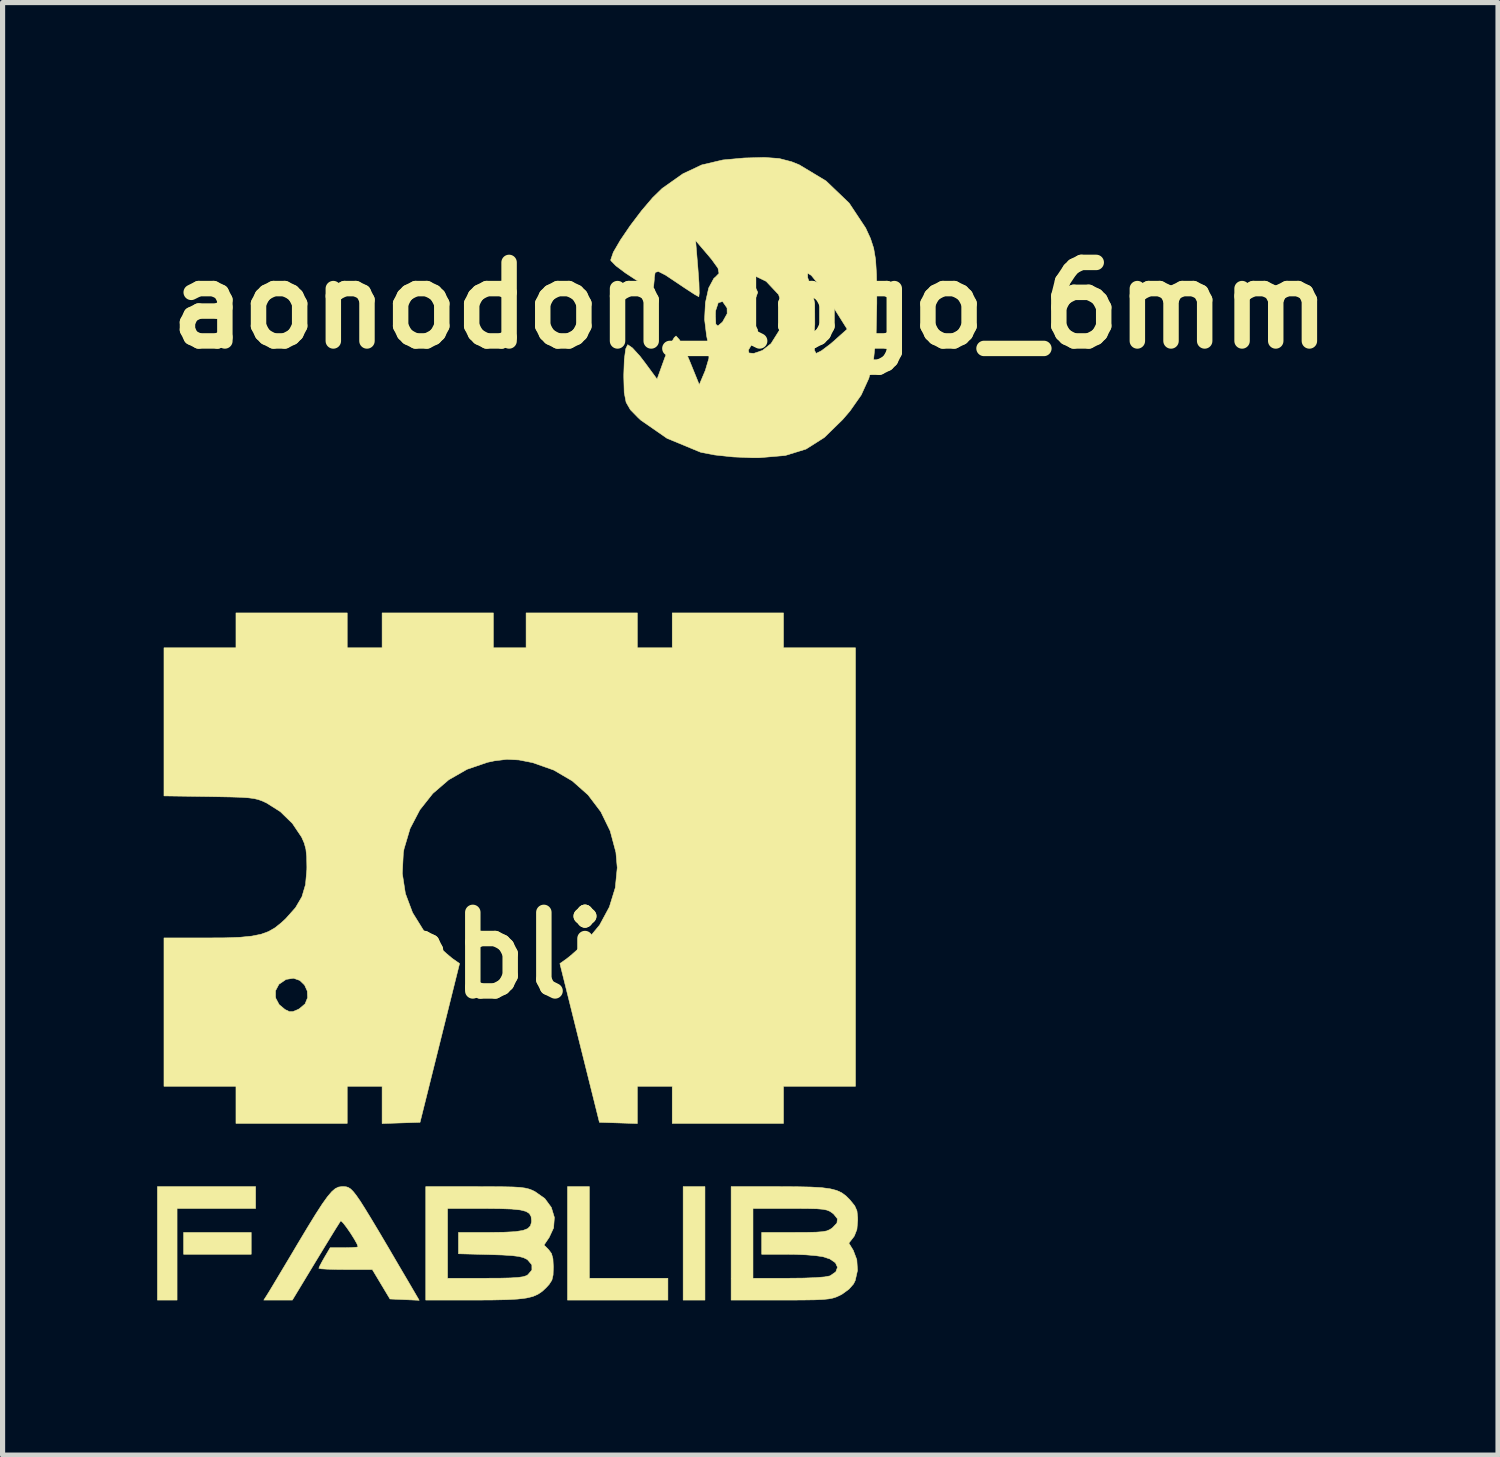
<source format=kicad_pcb>
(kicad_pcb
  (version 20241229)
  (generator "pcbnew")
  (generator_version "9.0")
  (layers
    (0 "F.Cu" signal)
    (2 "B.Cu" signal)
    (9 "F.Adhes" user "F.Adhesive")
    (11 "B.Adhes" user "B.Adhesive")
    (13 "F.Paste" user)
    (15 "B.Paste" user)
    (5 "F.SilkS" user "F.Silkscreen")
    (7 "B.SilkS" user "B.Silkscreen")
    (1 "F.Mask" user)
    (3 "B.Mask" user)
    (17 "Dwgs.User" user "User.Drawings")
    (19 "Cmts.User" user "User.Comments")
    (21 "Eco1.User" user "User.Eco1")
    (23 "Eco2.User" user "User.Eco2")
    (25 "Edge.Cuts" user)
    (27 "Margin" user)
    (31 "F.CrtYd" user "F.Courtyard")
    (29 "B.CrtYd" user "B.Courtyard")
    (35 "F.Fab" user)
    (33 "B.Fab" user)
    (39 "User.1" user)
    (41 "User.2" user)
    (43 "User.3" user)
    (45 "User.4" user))
  (footprint "fablib"
    (layer "F.Cu")
    (at 6.778 15.49)
    (property "Reference" "fablib" (at 0 0 0) (layer "F.SilkS") (effects (font (size 1.524 1.524) (thickness 0.3))))
    (attr through_hole)
    (fp_poly (pts (xy -4.953 5.8) (xy -6.265 5.8) (xy -6.265 5.376) (xy -4.953 5.376) (xy -4.953 5.8)) (stroke (width 0.01) (type solid)) (fill yes) (layer "F.SilkS"))
    (fp_poly (pts (xy 3.852 6.689) (xy 3.429 6.689) (xy 3.429 4.487) (xy 3.852 4.487) (xy 3.852 6.689)) (stroke (width 0.01) (type solid)) (fill yes) (layer "F.SilkS"))
    (fp_poly (pts (xy -4.868 4.911) (xy -6.392 4.911) (xy -6.392 6.689) (xy -6.773 6.689) (xy -6.773 4.487) (xy -4.868 4.487) (xy -4.868 4.911)) (stroke (width 0.01) (type solid)) (fill yes) (layer "F.SilkS"))
    (fp_poly (pts (xy 1.609 6.265) (xy 3.133 6.265) (xy 3.133 6.689) (xy 1.185 6.689) (xy 1.185 4.487) (xy 1.609 4.487) (xy 1.609 6.265)) (stroke (width 0.01) (type solid)) (fill yes) (layer "F.SilkS"))
    (fp_poly (pts (xy -3.108 4.491) (xy -3.068 4.504) (xy -3.024 4.532) (xy -2.974 4.582) (xy -2.913 4.659) (xy -2.837 4.769) (xy -2.742 4.919) (xy -2.623 5.114) (xy -2.476 5.359) (xy -2.297 5.662) (xy -2.083 6.028) (xy -1.911 6.32) (xy -1.693 6.693) (xy -2.26 6.668) (xy -2.603 6.096) (xy -3.122 6.096) (xy -3.32 6.094) (xy -3.483 6.089) (xy -3.596 6.082) (xy -3.64 6.072) (xy -3.641 6.072) (xy -3.621 6.024) (xy -3.571 5.93) (xy -3.531 5.86) (xy -3.421 5.673) (xy -3.15 5.673) (xy -3.011 5.67) (xy -2.913 5.663) (xy -2.879 5.655) (xy -2.9 5.599) (xy -2.953 5.504) (xy -3.024 5.391) (xy -3.1 5.281) (xy -3.167 5.194) (xy -3.21 5.152) (xy -3.217 5.152) (xy -3.246 5.197) (xy -3.313 5.303) (xy -3.409 5.459) (xy -3.528 5.654) (xy -3.663 5.876) (xy -3.7 5.937) (xy -4.155 6.689) (xy -4.709 6.689) (xy -4.648 6.593) (xy -4.61 6.532) (xy -4.535 6.408) (xy -4.431 6.234) (xy -4.303 6.02) (xy -4.159 5.779) (xy -4.046 5.588) (xy -3.855 5.27) (xy -3.7 5.018) (xy -3.575 4.825) (xy -3.474 4.684) (xy -3.392 4.587) (xy -3.323 4.527) (xy -3.26 4.496) (xy -3.199 4.487) (xy -3.197 4.487) (xy -3.15 4.487) (xy -3.108 4.491)) (stroke (width 0.01) (type solid)) (fill yes) (layer "F.SilkS"))
    (fp_poly (pts (xy -0.289 4.488) (xy -0.05 4.49) (xy 0.13 4.494) (xy 0.263 4.502) (xy 0.36 4.515) (xy 0.435 4.533) (xy 0.499 4.557) (xy 0.552 4.583) (xy 0.744 4.718) (xy 0.871 4.891) (xy 0.93 5.085) (xy 0.915 5.288) (xy 0.83 5.471) (xy 0.729 5.621) (xy 0.819 5.711) (xy 0.874 5.786) (xy 0.902 5.887) (xy 0.91 6.042) (xy 0.91 6.052) (xy 0.905 6.202) (xy 0.882 6.301) (xy 0.828 6.385) (xy 0.77 6.448) (xy 0.693 6.52) (xy 0.61 6.576) (xy 0.512 6.619) (xy 0.385 6.649) (xy 0.22 6.669) (xy 0.004 6.681) (xy -0.274 6.687) (xy -0.624 6.689) (xy -0.629 6.689) (xy -1.566 6.689) (xy -1.566 6.265) (xy -1.143 6.265) (xy -0.412 6.265) (xy -0.132 6.264) (xy 0.075 6.259) (xy 0.222 6.25) (xy 0.322 6.236) (xy 0.388 6.215) (xy 0.414 6.199) (xy 0.494 6.106) (xy 0.493 6.005) (xy 0.412 5.909) (xy 0.394 5.896) (xy 0.33 5.865) (xy 0.241 5.842) (xy 0.111 5.826) (xy -0.075 5.814) (xy -0.326 5.806) (xy -0.931 5.79) (xy -0.931 5.376) (xy -0.328 5.376) (xy -0.042 5.372) (xy 0.17 5.361) (xy 0.318 5.338) (xy 0.413 5.302) (xy 0.466 5.248) (xy 0.486 5.175) (xy 0.487 5.144) (xy 0.478 5.067) (xy 0.445 5.009) (xy 0.377 4.967) (xy 0.265 4.939) (xy 0.099 4.922) (xy -0.133 4.914) (xy -0.434 4.911) (xy -1.143 4.911) (xy -1.143 6.265) (xy -1.566 6.265) (xy -1.566 4.487) (xy -0.602 4.487) (xy -0.289 4.488)) (stroke (width 0.01) (type solid)) (fill yes) (layer "F.SilkS"))
    (fp_poly (pts (xy 5.626 4.489) (xy 5.902 4.495) (xy 6.117 4.507) (xy 6.281 4.529) (xy 6.407 4.561) (xy 6.505 4.606) (xy 6.587 4.666) (xy 6.665 4.744) (xy 6.669 4.749) (xy 6.758 4.859) (xy 6.802 4.958) (xy 6.815 5.088) (xy 6.816 5.138) (xy 6.801 5.317) (xy 6.752 5.443) (xy 6.73 5.474) (xy 6.644 5.583) (xy 6.73 5.723) (xy 6.799 5.906) (xy 6.812 6.114) (xy 6.768 6.309) (xy 6.735 6.376) (xy 6.647 6.476) (xy 6.519 6.57) (xy 6.468 6.598) (xy 6.402 6.628) (xy 6.334 6.65) (xy 6.25 6.666) (xy 6.139 6.677) (xy 5.989 6.684) (xy 5.786 6.687) (xy 5.518 6.689) (xy 5.321 6.689) (xy 4.36 6.689) (xy 4.36 4.911) (xy 4.784 4.911) (xy 4.784 6.265) (xy 5.48 6.265) (xy 5.768 6.262) (xy 6.003 6.253) (xy 6.175 6.239) (xy 6.274 6.22) (xy 6.282 6.217) (xy 6.392 6.14) (xy 6.424 6.052) (xy 6.384 5.965) (xy 6.275 5.89) (xy 6.137 5.846) (xy 6.004 5.827) (xy 5.816 5.811) (xy 5.599 5.802) (xy 5.438 5.8) (xy 4.953 5.8) (xy 4.953 5.376) (xy 5.582 5.376) (xy 5.829 5.375) (xy 6.007 5.371) (xy 6.13 5.362) (xy 6.214 5.347) (xy 6.273 5.322) (xy 6.323 5.289) (xy 6.413 5.195) (xy 6.423 5.111) (xy 6.351 5.021) (xy 6.323 4.998) (xy 6.276 4.966) (xy 6.22 4.943) (xy 6.143 4.927) (xy 6.028 4.917) (xy 5.864 4.913) (xy 5.636 4.911) (xy 5.498 4.911) (xy 4.784 4.911) (xy 4.36 4.911) (xy 4.36 4.487) (xy 5.276 4.487) (xy 5.626 4.489)) (stroke (width 0.01) (type solid)) (fill yes) (layer "F.SilkS"))
    (fp_poly (pts (xy -3.09 -5.969) (xy -2.413 -5.969) (xy -2.413 -6.646) (xy -0.254 -6.646) (xy -0.254 -5.969) (xy 0.381 -5.969) (xy 0.381 -6.646) (xy 2.54 -6.646) (xy 2.54 -5.969) (xy 3.217 -5.969) (xy 3.217 -6.646) (xy 5.376 -6.646) (xy 5.376 -5.969) (xy 6.773 -5.969) (xy 6.773 2.54) (xy 5.376 2.54) (xy 5.376 3.26) (xy 3.217 3.26) (xy 3.217 2.54) (xy 2.54 2.54) (xy 2.54 3.263) (xy 2.172 3.251) (xy 1.804 3.239) (xy 1.42 1.698) (xy 1.037 0.158) (xy 1.164 0.069) (xy 1.254 -0.003) (xy 1.38 -0.115) (xy 1.517 -0.244) (xy 1.55 -0.277) (xy 1.808 -0.589) (xy 1.997 -0.939) (xy 2.112 -1.313) (xy 2.15 -1.701) (xy 2.124 -2) (xy 2.013 -2.415) (xy 1.831 -2.788) (xy 1.584 -3.114) (xy 1.278 -3.385) (xy 0.918 -3.596) (xy 0.512 -3.739) (xy 0.505 -3.741) (xy 0.241 -3.793) (xy 0.008 -3.805) (xy -0.236 -3.775) (xy -0.371 -3.746) (xy -0.765 -3.611) (xy -1.121 -3.407) (xy -1.429 -3.142) (xy -1.681 -2.824) (xy -1.87 -2.462) (xy -1.988 -2.065) (xy -2.001 -1.989) (xy -2.021 -1.59) (xy -1.961 -1.2) (xy -1.822 -0.829) (xy -1.611 -0.489) (xy -1.432 -0.286) (xy -1.294 -0.153) (xy -1.162 -0.034) (xy -1.06 0.052) (xy -1.037 0.069) (xy -0.91 0.158) (xy -1.293 1.698) (xy -1.677 3.239) (xy -2.045 3.251) (xy -2.413 3.263) (xy -2.413 2.54) (xy -3.09 2.54) (xy -3.09 3.26) (xy -5.249 3.26) (xy -5.249 2.54) (xy -6.646 2.54) (xy -6.646 0.685) (xy -4.481 0.685) (xy -4.481 0.823) (xy -4.411 0.955) (xy -4.297 1.05) (xy -4.214 1.09) (xy -4.145 1.091) (xy -4.051 1.052) (xy -4.02 1.036) (xy -3.908 0.941) (xy -3.859 0.821) (xy -3.865 0.692) (xy -3.918 0.575) (xy -4.01 0.486) (xy -4.132 0.443) (xy -4.277 0.466) (xy -4.28 0.468) (xy -4.415 0.56) (xy -4.481 0.685) (xy -6.646 0.685) (xy -6.646 -0.339) (xy -5.801 -0.339) (xy -5.448 -0.341) (xy -5.166 -0.352) (xy -4.943 -0.374) (xy -4.764 -0.41) (xy -4.617 -0.463) (xy -4.489 -0.537) (xy -4.366 -0.636) (xy -4.284 -0.712) (xy -4.094 -0.925) (xy -3.969 -1.138) (xy -3.899 -1.375) (xy -3.874 -1.662) (xy -3.873 -1.714) (xy -3.877 -1.916) (xy -3.892 -2.062) (xy -3.924 -2.179) (xy -3.975 -2.295) (xy -4.154 -2.561) (xy -4.389 -2.79) (xy -4.657 -2.959) (xy -4.738 -2.996) (xy -4.815 -3.024) (xy -4.899 -3.044) (xy -5.006 -3.058) (xy -5.149 -3.068) (xy -5.341 -3.074) (xy -5.596 -3.079) (xy -5.768 -3.082) (xy -6.646 -3.095) (xy -6.646 -5.969) (xy -5.249 -5.969) (xy -5.249 -6.646) (xy -3.09 -6.646) (xy -3.09 -5.969)) (stroke (width 0.01) (type solid)) (fill yes) (layer "F.SilkS")))
  (footprint "aonodon_logo_6mm"
    (layer "F.Cu")
    (at 11.51 2.877)
    (property "Reference" "aonodon_logo_6mm" (at 0 0 0) (layer "F.SilkS") (effects (font (size 1.524 1.524) (thickness 0.3))))
    (attr through_hole)
    (fp_poly (pts (xy 0.56 -2.851) (xy 0.803 -2.788) (xy 0.949 -2.729) (xy 1.469 -2.416) (xy 1.919 -1.985) (xy 2.239 -1.502) (xy 2.332 -1.3) (xy 2.394 -1.11) (xy 2.431 -0.892) (xy 2.449 -0.601) (xy 2.455 -0.197) (xy 2.455 -0.041) (xy 2.442 0.561) (xy 2.394 1.033) (xy 2.301 1.413) (xy 2.152 1.739) (xy 1.935 2.048) (xy 1.793 2.214) (xy 1.436 2.563) (xy 1.081 2.788) (xy 0.679 2.912) (xy 0.178 2.955) (xy 0.042 2.956) (xy -0.333 2.94) (xy -0.689 2.902) (xy -0.955 2.851) (xy -0.974 2.845) (xy -1.616 2.579) (xy -2.125 2.226) (xy -2.18 2.175) (xy -2.328 2.023) (xy -2.41 1.88) (xy -2.447 1.69) (xy -2.455 1.397) (xy -2.455 1.338) (xy -2.445 1.051) (xy -2.418 0.844) (xy -2.379 0.762) (xy -2.378 0.762) (xy -2.287 0.825) (xy -2.141 0.985) (xy -2.055 1.097) (xy -1.809 1.431) (xy -1.658 1.012) (xy -1.562 0.777) (xy -1.477 0.625) (xy -1.441 0.593) (xy -1.376 0.665) (xy -1.276 0.852) (xy -1.182 1.066) (xy -0.99 1.539) (xy -0.872 1.259) (xy -0.803 1.024) (xy -0.807 0.868) (xy -0.038 0.868) (xy -0.025 0.923) (xy 0.068 0.931) (xy 0.236 0.873) (xy 0.402 0.741) (xy 0.597 0.43) (xy 0.645 0.099) (xy 0.549 -0.211) (xy 0.312 -0.463) (xy 0.297 -0.473) (xy 0.115 -0.561) (xy 0.019 -0.548) (xy 0.038 -0.446) (xy 0.083 -0.383) (xy 0.145 -0.255) (xy 0.089 -0.104) (xy 0.064 -0.064) (xy -0.017 0.097) (xy 0.015 0.237) (xy 0.063 0.317) (xy 0.142 0.473) (xy 0.116 0.61) (xy 0.05 0.72) (xy -0.038 0.868) (xy -0.807 0.868) (xy -0.81 0.777) (xy -0.849 0.584) (xy -0.887 0.272) (xy -0.883 0.187) (xy -0.677 0.187) (xy -0.669 0.365) (xy -0.629 0.398) (xy -0.539 0.321) (xy -0.449 0.16) (xy -0.451 0.049) (xy -0.538 -0.076) (xy -0.622 -0.052) (xy -0.673 0.103) (xy -0.677 0.187) (xy -0.883 0.187) (xy -0.871 -0.053) (xy -0.808 -0.337) (xy -0.708 -0.524) (xy -0.675 -0.552) (xy -0.607 -0.622) (xy -0.608 -0.627) (xy 1.112 -0.627) (xy 1.114 -0.538) (xy 1.185 -0.338) (xy 1.25 -0.039) (xy 1.252 0.367) (xy 1.247 0.426) (xy 1.234 0.693) (xy 1.247 0.875) (xy 1.277 0.931) (xy 1.382 0.879) (xy 1.553 0.75) (xy 1.616 0.696) (xy 1.88 0.46) (xy 1.521 -0.112) (xy 1.324 -0.409) (xy 1.185 -0.582) (xy 1.112 -0.627) (xy -0.608 -0.627) (xy -0.627 -0.723) (xy -0.749 -0.892) (xy -0.83 -0.989) (xy -1.061 -1.259) (xy -1.016 -0.714) (xy -0.996 -0.436) (xy -0.991 -0.24) (xy -0.999 -0.169) (xy -1.079 -0.213) (xy -1.253 -0.326) (xy -1.397 -0.423) (xy -1.644 -0.588) (xy -1.783 -0.659) (xy -1.846 -0.641) (xy -1.862 -0.541) (xy -1.863 -0.508) (xy -1.876 -0.37) (xy -1.894 -0.339) (xy -2.019 -0.383) (xy -2.213 -0.492) (xy -2.426 -0.632) (xy -2.607 -0.768) (xy -2.704 -0.867) (xy -2.709 -0.883) (xy -2.658 -1.032) (xy -2.521 -1.267) (xy -2.33 -1.548) (xy -2.112 -1.836) (xy -1.896 -2.09) (xy -1.711 -2.27) (xy -1.7 -2.278) (xy -1.309 -2.554) (xy -0.942 -2.727) (xy -0.533 -2.823) (xy -0.119 -2.861) (xy 0.274 -2.872) (xy 0.56 -2.851)) (stroke (width 0.01) (type solid)) (fill yes) (layer "F.SilkS")))
  (gr_rect
    (start -3 -3)
    (end 26.02 25.187)
    (stroke (width 0.1) (type default))
    (fill no)
    (layer "Edge.Cuts")))
</source>
